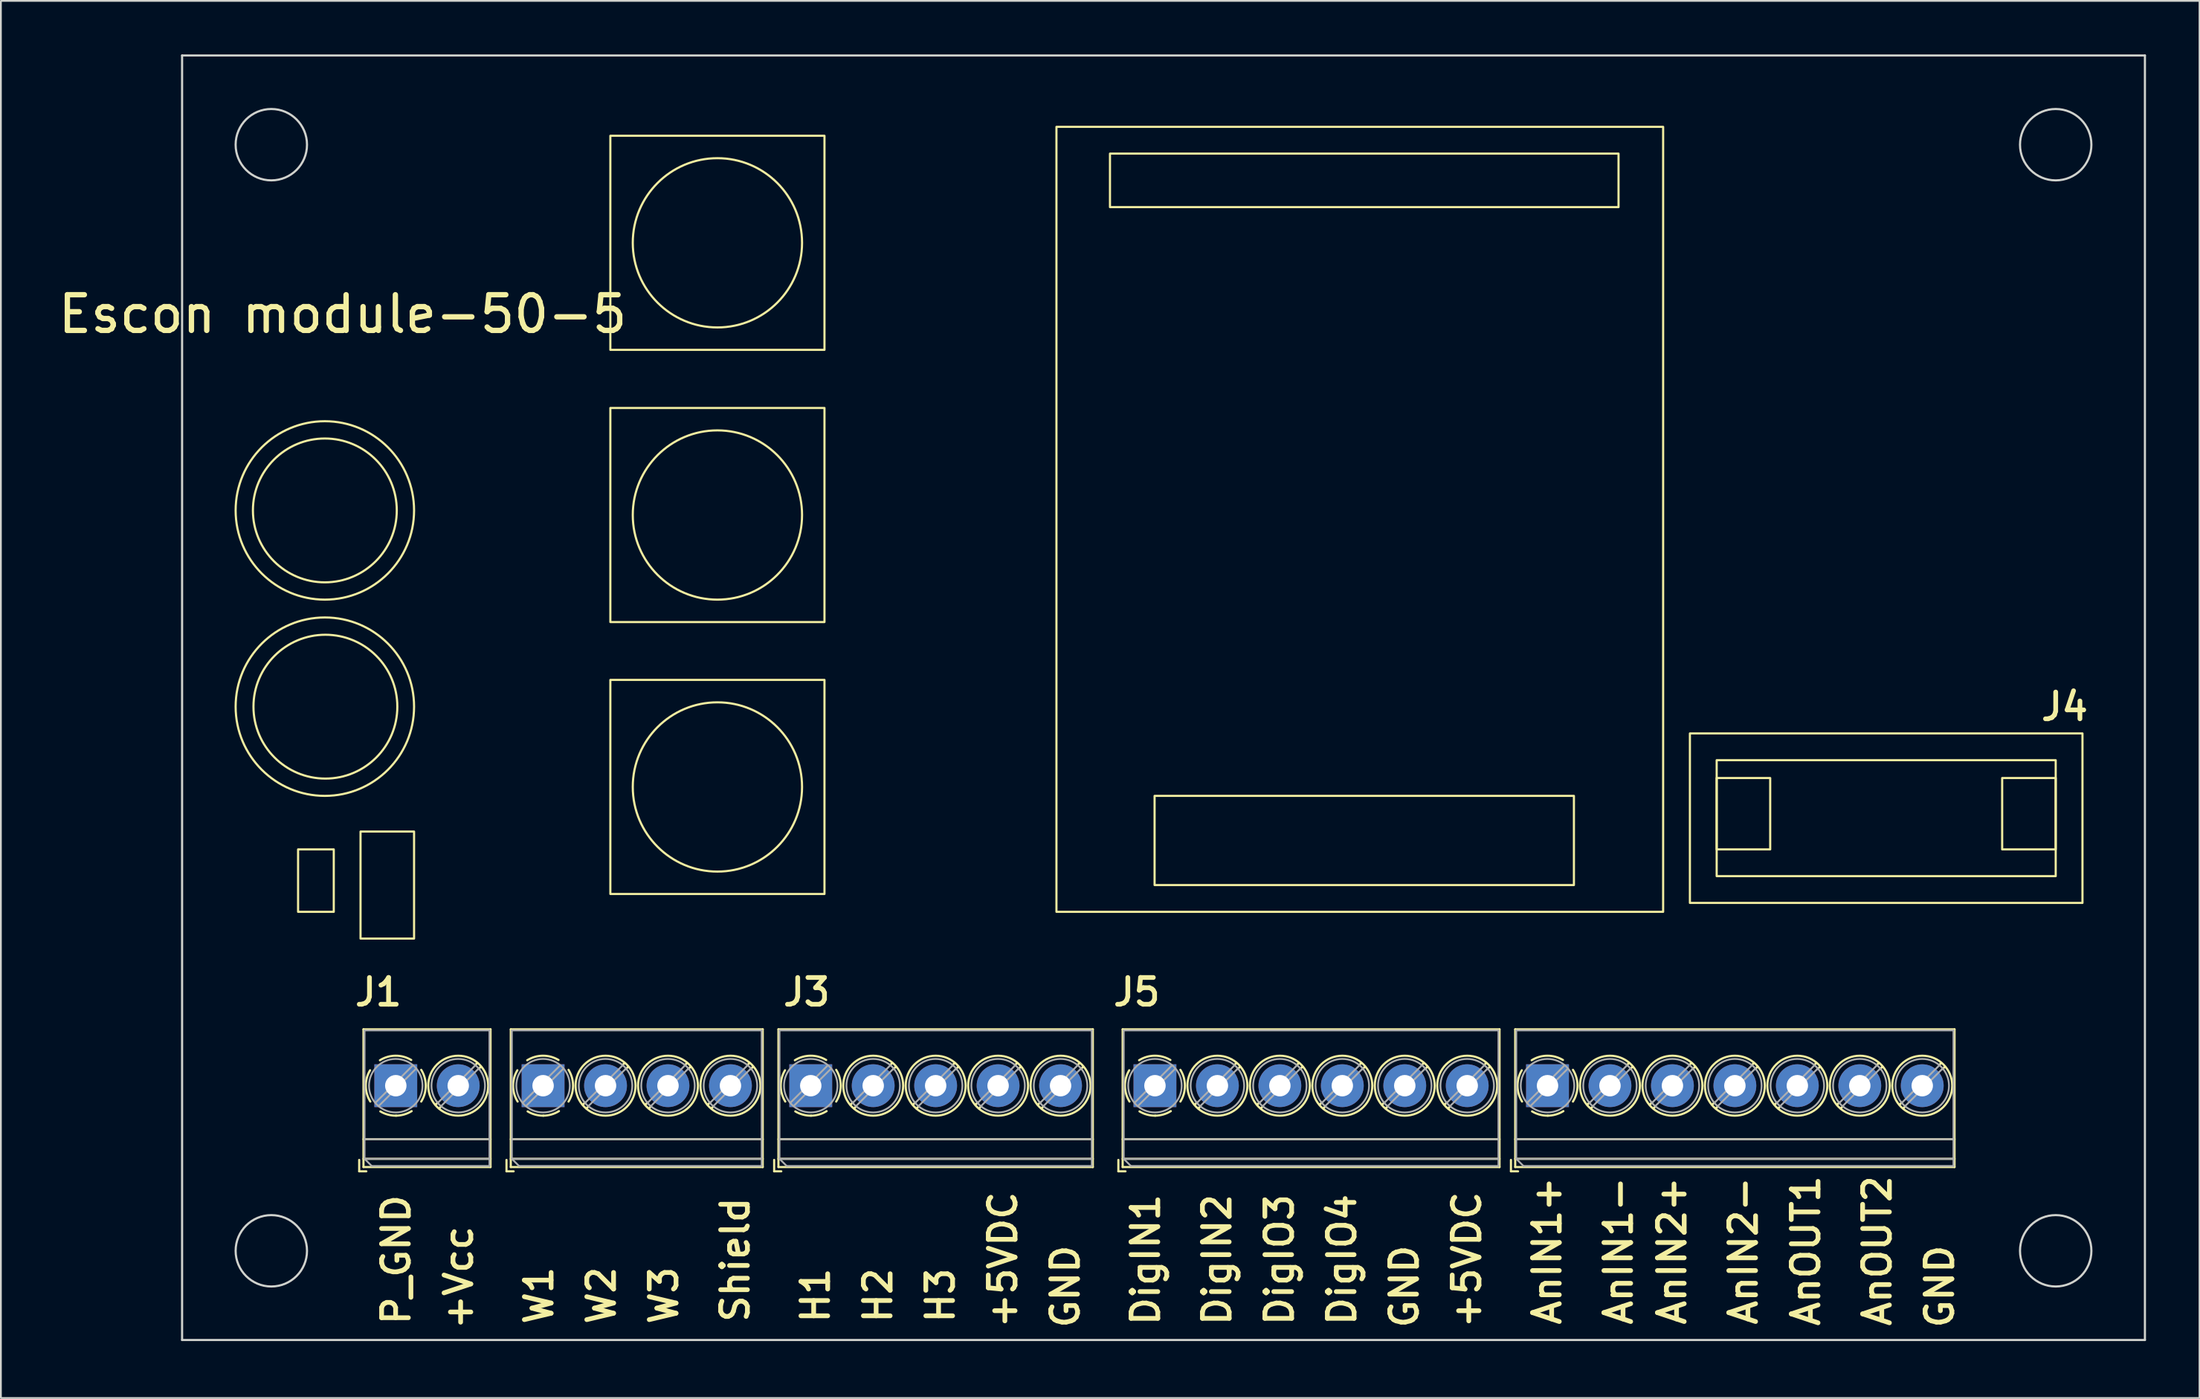
<source format=kicad_pcb>
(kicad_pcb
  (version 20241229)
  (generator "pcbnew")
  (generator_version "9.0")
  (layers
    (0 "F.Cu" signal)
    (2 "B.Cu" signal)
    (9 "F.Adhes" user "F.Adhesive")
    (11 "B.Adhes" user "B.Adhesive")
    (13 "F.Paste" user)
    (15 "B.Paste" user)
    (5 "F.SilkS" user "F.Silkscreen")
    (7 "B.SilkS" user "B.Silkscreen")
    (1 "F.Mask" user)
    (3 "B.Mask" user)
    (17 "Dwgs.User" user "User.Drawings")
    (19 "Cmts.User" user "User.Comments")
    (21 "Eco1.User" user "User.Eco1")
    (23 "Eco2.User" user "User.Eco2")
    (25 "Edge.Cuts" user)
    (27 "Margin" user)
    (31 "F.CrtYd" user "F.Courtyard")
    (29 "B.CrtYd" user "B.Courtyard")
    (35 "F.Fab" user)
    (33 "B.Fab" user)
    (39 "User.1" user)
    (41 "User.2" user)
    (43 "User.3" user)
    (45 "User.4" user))
  (footprint "Escon module-50-5"
    (layer "F.Cu")
    (at 7.155 72.06)
    (property "Reference" "Escon module-50-5" (at 9 -57.5 0) (unlocked yes) (layer "F.SilkS") (effects (font (size 2 2) (thickness 0.3))))
    (attr through_hole)
    (fp_line (start 9.925 -10.095) (end 9.925 -9.455) (stroke (width 0.12) (type solid)) (layer "F.SilkS"))
    (fp_line (start 9.925 -9.455) (end 10.325 -9.455) (stroke (width 0.12) (type solid)) (layer "F.SilkS"))
    (fp_line (start 10.165 -17.415) (end 10.165 -9.695) (stroke (width 0.12) (type solid)) (layer "F.SilkS"))
    (fp_line (start 10.165 -17.415) (end 17.285 -17.415) (stroke (width 0.12) (type solid)) (layer "F.SilkS"))
    (fp_line (start 10.165 -11.255) (end 17.285 -11.255) (stroke (width 0.12) (type solid)) (layer "F.SilkS"))
    (fp_line (start 10.165 -10.155) (end 17.285 -10.155) (stroke (width 0.12) (type solid)) (layer "F.SilkS"))
    (fp_line (start 10.165 -9.695) (end 17.285 -9.695) (stroke (width 0.12) (type solid)) (layer "F.SilkS"))
    (fp_line (start 14.33 -13.314) (end 14.201 -13.186) (stroke (width 0.12) (type solid)) (layer "F.SilkS"))
    (fp_line (start 14.5 -13.074) (end 14.406 -12.981) (stroke (width 0.12) (type solid)) (layer "F.SilkS"))
    (fp_line (start 16.545 -15.53) (end 16.451 -15.436) (stroke (width 0.12) (type solid)) (layer "F.SilkS"))
    (fp_line (start 16.75 -15.324) (end 16.621 -15.196) (stroke (width 0.12) (type solid)) (layer "F.SilkS"))
    (fp_line (start 17.285 -17.415) (end 17.285 -9.695) (stroke (width 0.12) (type solid)) (layer "F.SilkS"))
    (fp_line (start 18.18 -10.095) (end 18.18 -9.455) (stroke (width 0.12) (type solid)) (layer "F.SilkS"))
    (fp_line (start 18.18 -9.455) (end 18.58 -9.455) (stroke (width 0.12) (type solid)) (layer "F.SilkS"))
    (fp_line (start 18.42 -17.415) (end 18.42 -9.695) (stroke (width 0.12) (type solid)) (layer "F.SilkS"))
    (fp_line (start 18.42 -17.415) (end 32.54 -17.415) (stroke (width 0.12) (type solid)) (layer "F.SilkS"))
    (fp_line (start 18.42 -11.255) (end 32.54 -11.255) (stroke (width 0.12) (type solid)) (layer "F.SilkS"))
    (fp_line (start 18.42 -10.155) (end 32.54 -10.155) (stroke (width 0.12) (type solid)) (layer "F.SilkS"))
    (fp_line (start 18.42 -9.695) (end 32.54 -9.695) (stroke (width 0.12) (type solid)) (layer "F.SilkS"))
    (fp_line (start 22.585 -13.314) (end 22.456 -13.186) (stroke (width 0.12) (type solid)) (layer "F.SilkS"))
    (fp_line (start 22.755 -13.074) (end 22.661 -12.981) (stroke (width 0.12) (type solid)) (layer "F.SilkS"))
    (fp_line (start 24.8 -15.53) (end 24.706 -15.436) (stroke (width 0.12) (type solid)) (layer "F.SilkS"))
    (fp_line (start 25.005 -15.324) (end 24.876 -15.196) (stroke (width 0.12) (type solid)) (layer "F.SilkS"))
    (fp_line (start 26.085 -13.314) (end 25.956 -13.186) (stroke (width 0.12) (type solid)) (layer "F.SilkS"))
    (fp_line (start 26.255 -13.074) (end 26.161 -12.981) (stroke (width 0.12) (type solid)) (layer "F.SilkS"))
    (fp_line (start 28.3 -15.53) (end 28.206 -15.436) (stroke (width 0.12) (type solid)) (layer "F.SilkS"))
    (fp_line (start 28.505 -15.324) (end 28.376 -15.196) (stroke (width 0.12) (type solid)) (layer "F.SilkS"))
    (fp_line (start 29.585 -13.314) (end 29.456 -13.186) (stroke (width 0.12) (type solid)) (layer "F.SilkS"))
    (fp_line (start 29.755 -13.074) (end 29.661 -12.981) (stroke (width 0.12) (type solid)) (layer "F.SilkS"))
    (fp_line (start 31.8 -15.53) (end 31.706 -15.436) (stroke (width 0.12) (type solid)) (layer "F.SilkS"))
    (fp_line (start 32.005 -15.324) (end 31.876 -15.196) (stroke (width 0.12) (type solid)) (layer "F.SilkS"))
    (fp_line (start 32.54 -17.415) (end 32.54 -9.695) (stroke (width 0.12) (type solid)) (layer "F.SilkS"))
    (fp_line (start 33.18 -10.095) (end 33.18 -9.455) (stroke (width 0.12) (type solid)) (layer "F.SilkS"))
    (fp_line (start 33.18 -9.455) (end 33.58 -9.455) (stroke (width 0.12) (type solid)) (layer "F.SilkS"))
    (fp_line (start 33.42 -17.415) (end 33.42 -9.695) (stroke (width 0.12) (type solid)) (layer "F.SilkS"))
    (fp_line (start 33.42 -17.415) (end 51.04 -17.415) (stroke (width 0.12) (type solid)) (layer "F.SilkS"))
    (fp_line (start 33.42 -11.255) (end 51.04 -11.255) (stroke (width 0.12) (type solid)) (layer "F.SilkS"))
    (fp_line (start 33.42 -10.155) (end 51.04 -10.155) (stroke (width 0.12) (type solid)) (layer "F.SilkS"))
    (fp_line (start 33.42 -9.695) (end 51.04 -9.695) (stroke (width 0.12) (type solid)) (layer "F.SilkS"))
    (fp_line (start 37.585 -13.314) (end 37.456 -13.186) (stroke (width 0.12) (type solid)) (layer "F.SilkS"))
    (fp_line (start 37.755 -13.074) (end 37.661 -12.981) (stroke (width 0.12) (type solid)) (layer "F.SilkS"))
    (fp_line (start 39.8 -15.53) (end 39.706 -15.436) (stroke (width 0.12) (type solid)) (layer "F.SilkS"))
    (fp_line (start 40.005 -15.324) (end 39.876 -15.196) (stroke (width 0.12) (type solid)) (layer "F.SilkS"))
    (fp_line (start 41.085 -13.314) (end 40.956 -13.186) (stroke (width 0.12) (type solid)) (layer "F.SilkS"))
    (fp_line (start 41.255 -13.074) (end 41.161 -12.981) (stroke (width 0.12) (type solid)) (layer "F.SilkS"))
    (fp_line (start 43.3 -15.53) (end 43.206 -15.436) (stroke (width 0.12) (type solid)) (layer "F.SilkS"))
    (fp_line (start 43.505 -15.324) (end 43.376 -15.196) (stroke (width 0.12) (type solid)) (layer "F.SilkS"))
    (fp_line (start 44.585 -13.314) (end 44.456 -13.186) (stroke (width 0.12) (type solid)) (layer "F.SilkS"))
    (fp_line (start 44.755 -13.074) (end 44.661 -12.981) (stroke (width 0.12) (type solid)) (layer "F.SilkS"))
    (fp_line (start 46.8 -15.53) (end 46.706 -15.436) (stroke (width 0.12) (type solid)) (layer "F.SilkS"))
    (fp_line (start 47.005 -15.324) (end 46.876 -15.196) (stroke (width 0.12) (type solid)) (layer "F.SilkS"))
    (fp_line (start 48.085 -13.314) (end 47.956 -13.186) (stroke (width 0.12) (type solid)) (layer "F.SilkS"))
    (fp_line (start 48.255 -13.074) (end 48.161 -12.981) (stroke (width 0.12) (type solid)) (layer "F.SilkS"))
    (fp_line (start 50.3 -15.53) (end 50.206 -15.436) (stroke (width 0.12) (type solid)) (layer "F.SilkS"))
    (fp_line (start 50.505 -15.324) (end 50.376 -15.196) (stroke (width 0.12) (type solid)) (layer "F.SilkS"))
    (fp_line (start 51.04 -17.415) (end 51.04 -9.695) (stroke (width 0.12) (type solid)) (layer "F.SilkS"))
    (fp_line (start 52.47 -10.095) (end 52.47 -9.455) (stroke (width 0.12) (type solid)) (layer "F.SilkS"))
    (fp_line (start 52.47 -9.455) (end 52.87 -9.455) (stroke (width 0.12) (type solid)) (layer "F.SilkS"))
    (fp_line (start 52.71 -17.415) (end 52.71 -9.695) (stroke (width 0.12) (type solid)) (layer "F.SilkS"))
    (fp_line (start 52.71 -17.415) (end 73.831 -17.415) (stroke (width 0.12) (type solid)) (layer "F.SilkS"))
    (fp_line (start 52.71 -11.255) (end 73.831 -11.255) (stroke (width 0.12) (type solid)) (layer "F.SilkS"))
    (fp_line (start 52.71 -10.155) (end 73.831 -10.155) (stroke (width 0.12) (type solid)) (layer "F.SilkS"))
    (fp_line (start 52.71 -9.695) (end 73.831 -9.695) (stroke (width 0.12) (type solid)) (layer "F.SilkS"))
    (fp_line (start 56.875 -13.314) (end 56.746 -13.186) (stroke (width 0.12) (type solid)) (layer "F.SilkS"))
    (fp_line (start 57.045 -13.074) (end 56.951 -12.981) (stroke (width 0.12) (type solid)) (layer "F.SilkS"))
    (fp_line (start 59.09 -15.53) (end 58.996 -15.436) (stroke (width 0.12) (type solid)) (layer "F.SilkS"))
    (fp_line (start 59.295 -15.324) (end 59.166 -15.196) (stroke (width 0.12) (type solid)) (layer "F.SilkS"))
    (fp_line (start 60.375 -13.314) (end 60.246 -13.186) (stroke (width 0.12) (type solid)) (layer "F.SilkS"))
    (fp_line (start 60.545 -13.074) (end 60.451 -12.981) (stroke (width 0.12) (type solid)) (layer "F.SilkS"))
    (fp_line (start 62.59 -15.53) (end 62.496 -15.436) (stroke (width 0.12) (type solid)) (layer "F.SilkS"))
    (fp_line (start 62.795 -15.324) (end 62.666 -15.196) (stroke (width 0.12) (type solid)) (layer "F.SilkS"))
    (fp_line (start 63.875 -13.314) (end 63.746 -13.186) (stroke (width 0.12) (type solid)) (layer "F.SilkS"))
    (fp_line (start 64.045 -13.074) (end 63.951 -12.981) (stroke (width 0.12) (type solid)) (layer "F.SilkS"))
    (fp_line (start 66.09 -15.53) (end 65.996 -15.436) (stroke (width 0.12) (type solid)) (layer "F.SilkS"))
    (fp_line (start 66.295 -15.324) (end 66.166 -15.196) (stroke (width 0.12) (type solid)) (layer "F.SilkS"))
    (fp_line (start 67.375 -13.314) (end 67.246 -13.186) (stroke (width 0.12) (type solid)) (layer "F.SilkS"))
    (fp_line (start 67.545 -13.074) (end 67.451 -12.981) (stroke (width 0.12) (type solid)) (layer "F.SilkS"))
    (fp_line (start 69.59 -15.53) (end 69.496 -15.436) (stroke (width 0.12) (type solid)) (layer "F.SilkS"))
    (fp_line (start 69.795 -15.324) (end 69.666 -15.196) (stroke (width 0.12) (type solid)) (layer "F.SilkS"))
    (fp_line (start 70.875 -13.314) (end 70.746 -13.186) (stroke (width 0.12) (type solid)) (layer "F.SilkS"))
    (fp_line (start 71.045 -13.074) (end 70.951 -12.981) (stroke (width 0.12) (type solid)) (layer "F.SilkS"))
    (fp_line (start 73.09 -15.53) (end 72.996 -15.436) (stroke (width 0.12) (type solid)) (layer "F.SilkS"))
    (fp_line (start 73.295 -15.324) (end 73.166 -15.196) (stroke (width 0.12) (type solid)) (layer "F.SilkS"))
    (fp_line (start 73.831 -17.415) (end 73.831 -9.695) (stroke (width 0.12) (type solid)) (layer "F.SilkS"))
    (fp_line (start 74.47 -10.095) (end 74.47 -9.455) (stroke (width 0.12) (type solid)) (layer "F.SilkS"))
    (fp_line (start 74.47 -9.455) (end 74.87 -9.455) (stroke (width 0.12) (type solid)) (layer "F.SilkS"))
    (fp_line (start 74.71 -17.415) (end 74.71 -9.695) (stroke (width 0.12) (type solid)) (layer "F.SilkS"))
    (fp_line (start 74.71 -17.415) (end 99.33 -17.415) (stroke (width 0.12) (type solid)) (layer "F.SilkS"))
    (fp_line (start 74.71 -11.255) (end 99.33 -11.255) (stroke (width 0.12) (type solid)) (layer "F.SilkS"))
    (fp_line (start 74.71 -10.155) (end 99.33 -10.155) (stroke (width 0.12) (type solid)) (layer "F.SilkS"))
    (fp_line (start 74.71 -9.695) (end 99.33 -9.695) (stroke (width 0.12) (type solid)) (layer "F.SilkS"))
    (fp_line (start 78.875 -13.314) (end 78.746 -13.186) (stroke (width 0.12) (type solid)) (layer "F.SilkS"))
    (fp_line (start 79.045 -13.074) (end 78.951 -12.981) (stroke (width 0.12) (type solid)) (layer "F.SilkS"))
    (fp_line (start 81.09 -15.53) (end 80.996 -15.436) (stroke (width 0.12) (type solid)) (layer "F.SilkS"))
    (fp_line (start 81.295 -15.324) (end 81.166 -15.196) (stroke (width 0.12) (type solid)) (layer "F.SilkS"))
    (fp_line (start 82.375 -13.314) (end 82.246 -13.186) (stroke (width 0.12) (type solid)) (layer "F.SilkS"))
    (fp_line (start 82.545 -13.074) (end 82.451 -12.981) (stroke (width 0.12) (type solid)) (layer "F.SilkS"))
    (fp_line (start 84.59 -15.53) (end 84.496 -15.436) (stroke (width 0.12) (type solid)) (layer "F.SilkS"))
    (fp_line (start 84.795 -15.324) (end 84.666 -15.196) (stroke (width 0.12) (type solid)) (layer "F.SilkS"))
    (fp_line (start 85.875 -13.314) (end 85.746 -13.186) (stroke (width 0.12) (type solid)) (layer "F.SilkS"))
    (fp_line (start 86.045 -13.074) (end 85.951 -12.981) (stroke (width 0.12) (type solid)) (layer "F.SilkS"))
    (fp_line (start 88.09 -15.53) (end 87.996 -15.436) (stroke (width 0.12) (type solid)) (layer "F.SilkS"))
    (fp_line (start 88.295 -15.324) (end 88.166 -15.196) (stroke (width 0.12) (type solid)) (layer "F.SilkS"))
    (fp_line (start 89.375 -13.314) (end 89.246 -13.186) (stroke (width 0.12) (type solid)) (layer "F.SilkS"))
    (fp_line (start 89.545 -13.074) (end 89.451 -12.981) (stroke (width 0.12) (type solid)) (layer "F.SilkS"))
    (fp_line (start 91.59 -15.53) (end 91.496 -15.436) (stroke (width 0.12) (type solid)) (layer "F.SilkS"))
    (fp_line (start 91.795 -15.324) (end 91.666 -15.196) (stroke (width 0.12) (type solid)) (layer "F.SilkS"))
    (fp_line (start 92.875 -13.314) (end 92.746 -13.186) (stroke (width 0.12) (type solid)) (layer "F.SilkS"))
    (fp_line (start 93.045 -13.074) (end 92.951 -12.981) (stroke (width 0.12) (type solid)) (layer "F.SilkS"))
    (fp_line (start 95.09 -15.53) (end 94.996 -15.436) (stroke (width 0.12) (type solid)) (layer "F.SilkS"))
    (fp_line (start 95.295 -15.324) (end 95.166 -15.196) (stroke (width 0.12) (type solid)) (layer "F.SilkS"))
    (fp_line (start 96.375 -13.314) (end 96.246 -13.186) (stroke (width 0.12) (type solid)) (layer "F.SilkS"))
    (fp_line (start 96.545 -13.074) (end 96.451 -12.981) (stroke (width 0.12) (type solid)) (layer "F.SilkS"))
    (fp_line (start 98.59 -15.53) (end 98.496 -15.436) (stroke (width 0.12) (type solid)) (layer "F.SilkS"))
    (fp_line (start 98.795 -15.324) (end 98.666 -15.196) (stroke (width 0.12) (type solid)) (layer "F.SilkS"))
    (fp_line (start 99.33 -17.415) (end 99.33 -9.695) (stroke (width 0.12) (type solid)) (layer "F.SilkS"))
    (fp_rect (start 8.5 -24) (end 6.5 -27.5) (stroke (width 0.12) (type solid)) (fill no) (layer "F.SilkS"))
    (fp_rect (start 13 -22.5) (end 10 -28.5) (stroke (width 0.12) (type solid)) (fill no) (layer "F.SilkS"))
    (fp_rect (start 36 -55.5) (end 24 -67.5) (stroke (width 0.12) (type solid)) (fill no) (layer "F.SilkS"))
    (fp_rect (start 36 -40.243) (end 24 -52.243) (stroke (width 0.12) (type solid)) (fill no) (layer "F.SilkS"))
    (fp_rect (start 36 -25) (end 24 -37) (stroke (width 0.12) (type solid)) (fill no) (layer "F.SilkS"))
    (fp_rect (start 49 -68) (end 83 -24) (stroke (width 0.12) (type solid)) (fill no) (layer "F.SilkS"))
    (fp_rect (start 78 -25.5) (end 54.5 -30.5) (stroke (width 0.12) (type solid)) (fill no) (layer "F.SilkS"))
    (fp_rect (start 80.5 -63.5) (end 52 -66.5) (stroke (width 0.12) (type solid)) (fill no) (layer "F.SilkS"))
    (fp_rect (start 86 -27.5) (end 89 -31.5) (stroke (width 0.12) (type solid)) (fill no) (layer "F.SilkS"))
    (fp_rect (start 105 -27.5) (end 102 -31.5) (stroke (width 0.12) (type solid)) (fill no) (layer "F.SilkS"))
    (fp_rect (start 105 -26) (end 86 -32.5) (stroke (width 0.12) (type solid)) (fill no) (layer "F.SilkS"))
    (fp_rect (start 106.5 -24.5) (end 84.5 -34) (stroke (width 0.12) (type solid)) (fill no) (layer "F.SilkS"))
    (fp_arc (start 10.549642 -13.365106) (mid 10.294714 -14.240988) (end 10.535 -15.121) (stroke (width 0.12) (type solid)) (layer "F.SilkS"))
    (fp_arc (start 11.085106 -15.680358) (mid 11.960988 -15.935286) (end 12.841 -15.695) (stroke (width 0.12) (type solid)) (layer "F.SilkS"))
    (fp_arc (start 12.003674 -12.574901) (mid 11.539465 -12.632082) (end 11.109 -12.815) (stroke (width 0.12) (type solid)) (layer "F.SilkS"))
    (fp_arc (start 12.865264 -12.830279) (mid 12.438071 -12.64008) (end 11.975 -12.575) (stroke (width 0.12) (type solid)) (layer "F.SilkS"))
    (fp_arc (start 13.400504 -15.145193) (mid 13.655626 -14.254524) (end 13.4 -13.364) (stroke (width 0.12) (type solid)) (layer "F.SilkS"))
    (fp_arc (start 18.804642 -13.365106) (mid 18.549714 -14.240988) (end 18.79 -15.121) (stroke (width 0.12) (type solid)) (layer "F.SilkS"))
    (fp_arc (start 19.340106 -15.680358) (mid 20.215988 -15.935286) (end 21.096 -15.695) (stroke (width 0.12) (type solid)) (layer "F.SilkS"))
    (fp_arc (start 20.258674 -12.574901) (mid 19.794465 -12.632082) (end 19.364 -12.815) (stroke (width 0.12) (type solid)) (layer "F.SilkS"))
    (fp_arc (start 21.120264 -12.830279) (mid 20.693071 -12.64008) (end 20.23 -12.575) (stroke (width 0.12) (type solid)) (layer "F.SilkS"))
    (fp_arc (start 21.655504 -15.145193) (mid 21.910626 -14.254524) (end 21.655 -13.364) (stroke (width 0.12) (type solid)) (layer "F.SilkS"))
    (fp_arc (start 33.804642 -13.365106) (mid 33.549714 -14.240988) (end 33.79 -15.121) (stroke (width 0.12) (type solid)) (layer "F.SilkS"))
    (fp_arc (start 34.340106 -15.680358) (mid 35.215988 -15.935286) (end 36.096 -15.695) (stroke (width 0.12) (type solid)) (layer "F.SilkS"))
    (fp_arc (start 35.258674 -12.574901) (mid 34.794465 -12.632082) (end 34.364 -12.815) (stroke (width 0.12) (type solid)) (layer "F.SilkS"))
    (fp_arc (start 36.120264 -12.830279) (mid 35.693071 -12.64008) (end 35.23 -12.575) (stroke (width 0.12) (type solid)) (layer "F.SilkS"))
    (fp_arc (start 36.655504 -15.145193) (mid 36.910626 -14.254524) (end 36.655 -13.364) (stroke (width 0.12) (type solid)) (layer "F.SilkS"))
    (fp_arc (start 53.094642 -13.365106) (mid 52.839714 -14.240988) (end 53.08 -15.121) (stroke (width 0.12) (type solid)) (layer "F.SilkS"))
    (fp_arc (start 53.630106 -15.680358) (mid 54.505988 -15.935286) (end 55.386 -15.695) (stroke (width 0.12) (type solid)) (layer "F.SilkS"))
    (fp_arc (start 54.548674 -12.574901) (mid 54.084465 -12.632082) (end 53.654 -12.815) (stroke (width 0.12) (type solid)) (layer "F.SilkS"))
    (fp_arc (start 55.410264 -12.830279) (mid 54.983071 -12.64008) (end 54.52 -12.575) (stroke (width 0.12) (type solid)) (layer "F.SilkS"))
    (fp_arc (start 55.945504 -15.145193) (mid 56.200626 -14.254524) (end 55.945 -13.364) (stroke (width 0.12) (type solid)) (layer "F.SilkS"))
    (fp_arc (start 75.094642 -13.365106) (mid 74.839714 -14.240988) (end 75.08 -15.121) (stroke (width 0.12) (type solid)) (layer "F.SilkS"))
    (fp_arc (start 75.630106 -15.680358) (mid 76.505988 -15.935286) (end 77.386 -15.695) (stroke (width 0.12) (type solid)) (layer "F.SilkS"))
    (fp_arc (start 76.548674 -12.574901) (mid 76.084465 -12.632082) (end 75.654 -12.815) (stroke (width 0.12) (type solid)) (layer "F.SilkS"))
    (fp_arc (start 77.410264 -12.830279) (mid 76.983071 -12.64008) (end 76.52 -12.575) (stroke (width 0.12) (type solid)) (layer "F.SilkS"))
    (fp_arc (start 77.945504 -15.145193) (mid 78.200626 -14.254524) (end 77.945 -13.364) (stroke (width 0.12) (type solid)) (layer "F.SilkS"))
    (fp_circle (center 8 -46.5) (end 8 -51.5) (stroke (width 0.12) (type solid)) (fill no) (layer "F.SilkS"))
    (fp_circle (center 8 -46.5) (end 8.5 -50.5) (stroke (width 0.12) (type solid)) (fill no) (layer "F.SilkS"))
    (fp_circle (center 8 -35.5) (end 8 -40.5) (stroke (width 0.12) (type solid)) (fill no) (layer "F.SilkS"))
    (fp_circle (center 8.031 -35.5) (end 8.531 -39.5) (stroke (width 0.12) (type solid)) (fill no) (layer "F.SilkS"))
    (fp_circle (center 15.475 -14.255) (end 17.155 -14.255) (stroke (width 0.12) (type solid)) (fill no) (layer "F.SilkS"))
    (fp_circle (center 23.73 -14.255) (end 25.41 -14.255) (stroke (width 0.12) (type solid)) (fill no) (layer "F.SilkS"))
    (fp_circle (center 27.23 -14.255) (end 28.91 -14.255) (stroke (width 0.12) (type solid)) (fill no) (layer "F.SilkS"))
    (fp_circle (center 30 -61.5) (end 31.5 -66) (stroke (width 0.12) (type solid)) (fill no) (layer "F.SilkS"))
    (fp_circle (center 30 -46.243) (end 31.5 -50.743) (stroke (width 0.12) (type solid)) (fill no) (layer "F.SilkS"))
    (fp_circle (center 30 -31) (end 31.5 -35.5) (stroke (width 0.12) (type solid)) (fill no) (layer "F.SilkS"))
    (fp_circle (center 30.73 -14.255) (end 32.41 -14.255) (stroke (width 0.12) (type solid)) (fill no) (layer "F.SilkS"))
    (fp_circle (center 38.73 -14.255) (end 40.41 -14.255) (stroke (width 0.12) (type solid)) (fill no) (layer "F.SilkS"))
    (fp_circle (center 42.23 -14.255) (end 43.91 -14.255) (stroke (width 0.12) (type solid)) (fill no) (layer "F.SilkS"))
    (fp_circle (center 45.73 -14.255) (end 47.41 -14.255) (stroke (width 0.12) (type solid)) (fill no) (layer "F.SilkS"))
    (fp_circle (center 49.23 -14.255) (end 50.91 -14.255) (stroke (width 0.12) (type solid)) (fill no) (layer "F.SilkS"))
    (fp_circle (center 58.02 -14.255) (end 59.7 -14.255) (stroke (width 0.12) (type solid)) (fill no) (layer "F.SilkS"))
    (fp_circle (center 61.52 -14.255) (end 63.2 -14.255) (stroke (width 0.12) (type solid)) (fill no) (layer "F.SilkS"))
    (fp_circle (center 65.02 -14.255) (end 66.7 -14.255) (stroke (width 0.12) (type solid)) (fill no) (layer "F.SilkS"))
    (fp_circle (center 68.52 -14.255) (end 70.2 -14.255) (stroke (width 0.12) (type solid)) (fill no) (layer "F.SilkS"))
    (fp_circle (center 72.02 -14.255) (end 73.7 -14.255) (stroke (width 0.12) (type solid)) (fill no) (layer "F.SilkS"))
    (fp_circle (center 80.02 -14.255) (end 81.7 -14.255) (stroke (width 0.12) (type solid)) (fill no) (layer "F.SilkS"))
    (fp_circle (center 83.52 -14.255) (end 85.2 -14.255) (stroke (width 0.12) (type solid)) (fill no) (layer "F.SilkS"))
    (fp_circle (center 87.02 -14.255) (end 88.7 -14.255) (stroke (width 0.12) (type solid)) (fill no) (layer "F.SilkS"))
    (fp_circle (center 90.52 -14.255) (end 92.2 -14.255) (stroke (width 0.12) (type solid)) (fill no) (layer "F.SilkS"))
    (fp_circle (center 94.02 -14.255) (end 95.7 -14.255) (stroke (width 0.12) (type solid)) (fill no) (layer "F.SilkS"))
    (fp_circle (center 97.52 -14.255) (end 99.2 -14.255) (stroke (width 0.12) (type solid)) (fill no) (layer "F.SilkS"))
    (fp_line (start 0 -72) (end 0 0) (stroke (width 0.12) (type solid)) (layer "Edge.Cuts"))
    (fp_line (start 0 0) (end 110 0) (stroke (width 0.12) (type solid)) (layer "Edge.Cuts"))
    (fp_line (start 110 -72) (end 0 -72) (stroke (width 0.12) (type solid)) (layer "Edge.Cuts"))
    (fp_line (start 110 0) (end 110 -72) (stroke (width 0.12) (type solid)) (layer "Edge.Cuts"))
    (fp_circle (center 5 -67) (end 7 -67) (stroke (width 0.12) (type solid)) (fill no) (layer "Edge.Cuts"))
    (fp_circle (center 5 -5) (end 7 -5) (stroke (width 0.12) (type solid)) (fill no) (layer "Edge.Cuts"))
    (fp_circle (center 105 -67) (end 107 -67) (stroke (width 0.12) (type solid)) (fill no) (layer "Edge.Cuts"))
    (fp_circle (center 105 -5) (end 107 -5) (stroke (width 0.12) (type solid)) (fill no) (layer "Edge.Cuts"))
    (fp_line (start 10.225 -17.355) (end 17.225 -17.355) (stroke (width 0.1) (type solid)) (layer "F.Fab"))
    (fp_line (start 10.225 -11.255) (end 17.225 -11.255) (stroke (width 0.1) (type solid)) (layer "F.Fab"))
    (fp_line (start 10.225 -10.155) (end 10.225 -17.355) (stroke (width 0.1) (type solid)) (layer "F.Fab"))
    (fp_line (start 10.225 -10.155) (end 17.225 -10.155) (stroke (width 0.1) (type solid)) (layer "F.Fab"))
    (fp_line (start 10.625 -9.755) (end 10.225 -10.155) (stroke (width 0.1) (type solid)) (layer "F.Fab"))
    (fp_line (start 12.93 -15.393) (end 10.837 -13.3) (stroke (width 0.1) (type solid)) (layer "F.Fab"))
    (fp_line (start 13.113 -15.21) (end 11.02 -13.117) (stroke (width 0.1) (type solid)) (layer "F.Fab"))
    (fp_line (start 16.43 -15.393) (end 14.338 -13.3) (stroke (width 0.1) (type solid)) (layer "F.Fab"))
    (fp_line (start 16.613 -15.21) (end 14.521 -13.117) (stroke (width 0.1) (type solid)) (layer "F.Fab"))
    (fp_line (start 17.225 -17.355) (end 17.225 -9.755) (stroke (width 0.1) (type solid)) (layer "F.Fab"))
    (fp_line (start 17.225 -9.755) (end 10.625 -9.755) (stroke (width 0.1) (type solid)) (layer "F.Fab"))
    (fp_line (start 18.48 -17.355) (end 32.48 -17.355) (stroke (width 0.1) (type solid)) (layer "F.Fab"))
    (fp_line (start 18.48 -11.255) (end 32.48 -11.255) (stroke (width 0.1) (type solid)) (layer "F.Fab"))
    (fp_line (start 18.48 -10.155) (end 18.48 -17.355) (stroke (width 0.1) (type solid)) (layer "F.Fab"))
    (fp_line (start 18.48 -10.155) (end 32.48 -10.155) (stroke (width 0.1) (type solid)) (layer "F.Fab"))
    (fp_line (start 18.88 -9.755) (end 18.48 -10.155) (stroke (width 0.1) (type solid)) (layer "F.Fab"))
    (fp_line (start 21.185 -15.393) (end 19.092 -13.3) (stroke (width 0.1) (type solid)) (layer "F.Fab"))
    (fp_line (start 21.368 -15.21) (end 19.275 -13.117) (stroke (width 0.1) (type solid)) (layer "F.Fab"))
    (fp_line (start 24.685 -15.393) (end 22.593 -13.3) (stroke (width 0.1) (type solid)) (layer "F.Fab"))
    (fp_line (start 24.868 -15.21) (end 22.776 -13.117) (stroke (width 0.1) (type solid)) (layer "F.Fab"))
    (fp_line (start 28.185 -15.393) (end 26.093 -13.3) (stroke (width 0.1) (type solid)) (layer "F.Fab"))
    (fp_line (start 28.368 -15.21) (end 26.276 -13.117) (stroke (width 0.1) (type solid)) (layer "F.Fab"))
    (fp_line (start 31.685 -15.393) (end 29.593 -13.3) (stroke (width 0.1) (type solid)) (layer "F.Fab"))
    (fp_line (start 31.868 -15.21) (end 29.776 -13.117) (stroke (width 0.1) (type solid)) (layer "F.Fab"))
    (fp_line (start 32.48 -17.355) (end 32.48 -9.755) (stroke (width 0.1) (type solid)) (layer "F.Fab"))
    (fp_line (start 32.48 -9.755) (end 18.88 -9.755) (stroke (width 0.1) (type solid)) (layer "F.Fab"))
    (fp_line (start 33.48 -17.355) (end 50.98 -17.355) (stroke (width 0.1) (type solid)) (layer "F.Fab"))
    (fp_line (start 33.48 -11.255) (end 50.98 -11.255) (stroke (width 0.1) (type solid)) (layer "F.Fab"))
    (fp_line (start 33.48 -10.155) (end 33.48 -17.355) (stroke (width 0.1) (type solid)) (layer "F.Fab"))
    (fp_line (start 33.48 -10.155) (end 50.98 -10.155) (stroke (width 0.1) (type solid)) (layer "F.Fab"))
    (fp_line (start 33.88 -9.755) (end 33.48 -10.155) (stroke (width 0.1) (type solid)) (layer "F.Fab"))
    (fp_line (start 36.185 -15.393) (end 34.092 -13.3) (stroke (width 0.1) (type solid)) (layer "F.Fab"))
    (fp_line (start 36.368 -15.21) (end 34.275 -13.117) (stroke (width 0.1) (type solid)) (layer "F.Fab"))
    (fp_line (start 39.685 -15.393) (end 37.593 -13.3) (stroke (width 0.1) (type solid)) (layer "F.Fab"))
    (fp_line (start 39.868 -15.21) (end 37.776 -13.117) (stroke (width 0.1) (type solid)) (layer "F.Fab"))
    (fp_line (start 43.185 -15.393) (end 41.093 -13.3) (stroke (width 0.1) (type solid)) (layer "F.Fab"))
    (fp_line (start 43.368 -15.21) (end 41.276 -13.117) (stroke (width 0.1) (type solid)) (layer "F.Fab"))
    (fp_line (start 46.685 -15.393) (end 44.593 -13.3) (stroke (width 0.1) (type solid)) (layer "F.Fab"))
    (fp_line (start 46.868 -15.21) (end 44.776 -13.117) (stroke (width 0.1) (type solid)) (layer "F.Fab"))
    (fp_line (start 50.185 -15.393) (end 48.093 -13.3) (stroke (width 0.1) (type solid)) (layer "F.Fab"))
    (fp_line (start 50.368 -15.21) (end 48.276 -13.117) (stroke (width 0.1) (type solid)) (layer "F.Fab"))
    (fp_line (start 50.98 -17.355) (end 50.98 -9.755) (stroke (width 0.1) (type solid)) (layer "F.Fab"))
    (fp_line (start 50.98 -9.755) (end 33.88 -9.755) (stroke (width 0.1) (type solid)) (layer "F.Fab"))
    (fp_line (start 52.77 -17.355) (end 73.77 -17.355) (stroke (width 0.1) (type solid)) (layer "F.Fab"))
    (fp_line (start 52.77 -11.255) (end 73.77 -11.255) (stroke (width 0.1) (type solid)) (layer "F.Fab"))
    (fp_line (start 52.77 -10.155) (end 52.77 -17.355) (stroke (width 0.1) (type solid)) (layer "F.Fab"))
    (fp_line (start 52.77 -10.155) (end 73.77 -10.155) (stroke (width 0.1) (type solid)) (layer "F.Fab"))
    (fp_line (start 53.17 -9.755) (end 52.77 -10.155) (stroke (width 0.1) (type solid)) (layer "F.Fab"))
    (fp_line (start 55.475 -15.393) (end 53.382 -13.3) (stroke (width 0.1) (type solid)) (layer "F.Fab"))
    (fp_line (start 55.658 -15.21) (end 53.565 -13.117) (stroke (width 0.1) (type solid)) (layer "F.Fab"))
    (fp_line (start 58.975 -15.393) (end 56.883 -13.3) (stroke (width 0.1) (type solid)) (layer "F.Fab"))
    (fp_line (start 59.158 -15.21) (end 57.066 -13.117) (stroke (width 0.1) (type solid)) (layer "F.Fab"))
    (fp_line (start 62.475 -15.393) (end 60.383 -13.3) (stroke (width 0.1) (type solid)) (layer "F.Fab"))
    (fp_line (start 62.658 -15.21) (end 60.566 -13.117) (stroke (width 0.1) (type solid)) (layer "F.Fab"))
    (fp_line (start 65.975 -15.393) (end 63.883 -13.3) (stroke (width 0.1) (type solid)) (layer "F.Fab"))
    (fp_line (start 66.158 -15.21) (end 64.066 -13.117) (stroke (width 0.1) (type solid)) (layer "F.Fab"))
    (fp_line (start 69.475 -15.393) (end 67.383 -13.3) (stroke (width 0.1) (type solid)) (layer "F.Fab"))
    (fp_line (start 69.658 -15.21) (end 67.566 -13.117) (stroke (width 0.1) (type solid)) (layer "F.Fab"))
    (fp_line (start 72.975 -15.393) (end 70.883 -13.3) (stroke (width 0.1) (type solid)) (layer "F.Fab"))
    (fp_line (start 73.158 -15.21) (end 71.066 -13.117) (stroke (width 0.1) (type solid)) (layer "F.Fab"))
    (fp_line (start 73.77 -17.355) (end 73.77 -9.755) (stroke (width 0.1) (type solid)) (layer "F.Fab"))
    (fp_line (start 73.77 -9.755) (end 53.17 -9.755) (stroke (width 0.1) (type solid)) (layer "F.Fab"))
    (fp_line (start 74.77 -17.355) (end 99.27 -17.355) (stroke (width 0.1) (type solid)) (layer "F.Fab"))
    (fp_line (start 74.77 -11.255) (end 99.27 -11.255) (stroke (width 0.1) (type solid)) (layer "F.Fab"))
    (fp_line (start 74.77 -10.155) (end 74.77 -17.355) (stroke (width 0.1) (type solid)) (layer "F.Fab"))
    (fp_line (start 74.77 -10.155) (end 99.27 -10.155) (stroke (width 0.1) (type solid)) (layer "F.Fab"))
    (fp_line (start 75.17 -9.755) (end 74.77 -10.155) (stroke (width 0.1) (type solid)) (layer "F.Fab"))
    (fp_line (start 77.475 -15.393) (end 75.382 -13.3) (stroke (width 0.1) (type solid)) (layer "F.Fab"))
    (fp_line (start 77.658 -15.21) (end 75.565 -13.117) (stroke (width 0.1) (type solid)) (layer "F.Fab"))
    (fp_line (start 80.975 -15.393) (end 78.883 -13.3) (stroke (width 0.1) (type solid)) (layer "F.Fab"))
    (fp_line (start 81.158 -15.21) (end 79.066 -13.117) (stroke (width 0.1) (type solid)) (layer "F.Fab"))
    (fp_line (start 84.475 -15.393) (end 82.383 -13.3) (stroke (width 0.1) (type solid)) (layer "F.Fab"))
    (fp_line (start 84.658 -15.21) (end 82.566 -13.117) (stroke (width 0.1) (type solid)) (layer "F.Fab"))
    (fp_line (start 87.975 -15.393) (end 85.883 -13.3) (stroke (width 0.1) (type solid)) (layer "F.Fab"))
    (fp_line (start 88.158 -15.21) (end 86.066 -13.117) (stroke (width 0.1) (type solid)) (layer "F.Fab"))
    (fp_line (start 91.475 -15.393) (end 89.383 -13.3) (stroke (width 0.1) (type solid)) (layer "F.Fab"))
    (fp_line (start 91.658 -15.21) (end 89.566 -13.117) (stroke (width 0.1) (type solid)) (layer "F.Fab"))
    (fp_line (start 94.975 -15.393) (end 92.883 -13.3) (stroke (width 0.1) (type solid)) (layer "F.Fab"))
    (fp_line (start 95.158 -15.21) (end 93.066 -13.117) (stroke (width 0.1) (type solid)) (layer "F.Fab"))
    (fp_line (start 98.475 -15.393) (end 96.383 -13.3) (stroke (width 0.1) (type solid)) (layer "F.Fab"))
    (fp_line (start 98.658 -15.21) (end 96.566 -13.117) (stroke (width 0.1) (type solid)) (layer "F.Fab"))
    (fp_line (start 99.27 -17.355) (end 99.27 -9.755) (stroke (width 0.1) (type solid)) (layer "F.Fab"))
    (fp_line (start 99.27 -9.755) (end 75.17 -9.755) (stroke (width 0.1) (type solid)) (layer "F.Fab"))
    (fp_circle (center 11.975 -14.255) (end 13.475 -14.255) (stroke (width 0.1) (type solid)) (fill no) (layer "F.Fab"))
    (fp_circle (center 15.475 -14.255) (end 16.975 -14.255) (stroke (width 0.1) (type solid)) (fill no) (layer "F.Fab"))
    (fp_circle (center 20.23 -14.255) (end 21.73 -14.255) (stroke (width 0.1) (type solid)) (fill no) (layer "F.Fab"))
    (fp_circle (center 23.73 -14.255) (end 25.23 -14.255) (stroke (width 0.1) (type solid)) (fill no) (layer "F.Fab"))
    (fp_circle (center 27.23 -14.255) (end 28.73 -14.255) (stroke (width 0.1) (type solid)) (fill no) (layer "F.Fab"))
    (fp_circle (center 30.73 -14.255) (end 32.23 -14.255) (stroke (width 0.1) (type solid)) (fill no) (layer "F.Fab"))
    (fp_circle (center 35.23 -14.255) (end 36.73 -14.255) (stroke (width 0.1) (type solid)) (fill no) (layer "F.Fab"))
    (fp_circle (center 38.73 -14.255) (end 40.23 -14.255) (stroke (width 0.1) (type solid)) (fill no) (layer "F.Fab"))
    (fp_circle (center 42.23 -14.255) (end 43.73 -14.255) (stroke (width 0.1) (type solid)) (fill no) (layer "F.Fab"))
    (fp_circle (center 45.73 -14.255) (end 47.23 -14.255) (stroke (width 0.1) (type solid)) (fill no) (layer "F.Fab"))
    (fp_circle (center 49.23 -14.255) (end 50.73 -14.255) (stroke (width 0.1) (type solid)) (fill no) (layer "F.Fab"))
    (fp_circle (center 54.52 -14.255) (end 56.02 -14.255) (stroke (width 0.1) (type solid)) (fill no) (layer "F.Fab"))
    (fp_circle (center 58.02 -14.255) (end 59.52 -14.255) (stroke (width 0.1) (type solid)) (fill no) (layer "F.Fab"))
    (fp_circle (center 61.52 -14.255) (end 63.02 -14.255) (stroke (width 0.1) (type solid)) (fill no) (layer "F.Fab"))
    (fp_circle (center 65.02 -14.255) (end 66.52 -14.255) (stroke (width 0.1) (type solid)) (fill no) (layer "F.Fab"))
    (fp_circle (center 68.52 -14.255) (end 70.02 -14.255) (stroke (width 0.1) (type solid)) (fill no) (layer "F.Fab"))
    (fp_circle (center 72.02 -14.255) (end 73.52 -14.255) (stroke (width 0.1) (type solid)) (fill no) (layer "F.Fab"))
    (fp_circle (center 76.52 -14.255) (end 78.02 -14.255) (stroke (width 0.1) (type solid)) (fill no) (layer "F.Fab"))
    (fp_circle (center 80.02 -14.255) (end 81.52 -14.255) (stroke (width 0.1) (type solid)) (fill no) (layer "F.Fab"))
    (fp_circle (center 83.52 -14.255) (end 85.02 -14.255) (stroke (width 0.1) (type solid)) (fill no) (layer "F.Fab"))
    (fp_circle (center 87.02 -14.255) (end 88.52 -14.255) (stroke (width 0.1) (type solid)) (fill no) (layer "F.Fab"))
    (fp_circle (center 90.52 -14.255) (end 92.02 -14.255) (stroke (width 0.1) (type solid)) (fill no) (layer "F.Fab"))
    (fp_circle (center 94.02 -14.255) (end 95.52 -14.255) (stroke (width 0.1) (type solid)) (fill no) (layer "F.Fab"))
    (fp_circle (center 97.52 -14.255) (end 99.02 -14.255) (stroke (width 0.1) (type solid)) (fill no) (layer "F.Fab"))
    (fp_text user "W2" (at 23.5 -2.5 90) (unlocked yes) (layer "F.SilkS") (effects (font (size 1.5 1.5) (thickness 0.266))))
    (fp_text user "+5VDC" (at 46 -4.5 90) (unlocked yes) (layer "F.SilkS") (effects (font (size 1.5 1.5) (thickness 0.266))))
    (fp_text user "J5" (at 53.5 -19.5 0) (unlocked yes) (layer "F.SilkS") (effects (font (size 1.5 1.5) (thickness 0.266))))
    (fp_text user "DigIO4" (at 65 -4.5 90) (unlocked yes) (layer "F.SilkS") (effects (font (size 1.5 1.5) (thickness 0.266))))
    (fp_text user "H2" (at 39 -2.5 90) (unlocked yes) (layer "F.SilkS") (effects (font (size 1.5 1.5) (thickness 0.266))))
    (fp_text user "W3" (at 27 -2.5 90) (unlocked yes) (layer "F.SilkS") (effects (font (size 1.5 1.5) (thickness 0.266))))
    (fp_text user "H3" (at 42.5 -2.5 90) (unlocked yes) (layer "F.SilkS") (effects (font (size 1.5 1.5) (thickness 0.266))))
    (fp_text user "GND" (at 98.5 -3 90) (unlocked yes) (layer "F.SilkS") (effects (font (size 1.5 1.5) (thickness 0.266))))
    (fp_text user "P_GND" (at 12 -4.5 90) (unlocked yes) (layer "F.SilkS") (effects (font (size 1.5 1.5) (thickness 0.266))))
    (fp_text user "J3" (at 35 -19.5 0) (unlocked yes) (layer "F.SilkS") (effects (font (size 1.5 1.5) (thickness 0.266))))
    (fp_text user "J1" (at 11 -19.5 0) (unlocked yes) (layer "F.SilkS") (effects (font (size 1.5 1.5) (thickness 0.266))))
    (fp_text user "+5VDC" (at 72 -4.5 90) (unlocked yes) (layer "F.SilkS") (effects (font (size 1.5 1.5) (thickness 0.266))))
    (fp_text user "J4" (at 105.5 -35.5 0) (unlocked yes) (layer "F.SilkS") (effects (font (size 1.5 1.5) (thickness 0.266))))
    (fp_text user "AnOUT1" (at 91 -5 90) (unlocked yes) (layer "F.SilkS") (effects (font (size 1.5 1.5) (thickness 0.266))))
    (fp_text user "AnOUT2" (at 95 -5 90) (unlocked yes) (layer "F.SilkS") (effects (font (size 1.5 1.5) (thickness 0.266))))
    (fp_text user "H1" (at 35.5 -2.5 90) (unlocked yes) (layer "F.SilkS") (effects (font (size 1.5 1.5) (thickness 0.266))))
    (fp_text user "DigIN2" (at 58 -4.5 90) (unlocked yes) (layer "F.SilkS") (effects (font (size 1.5 1.5) (thickness 0.266))))
    (fp_text user "W1" (at 20 -2.5 90) (unlocked yes) (layer "F.SilkS") (effects (font (size 1.5 1.5) (thickness 0.266))))
    (fp_text user "AnIN2+" (at 83.5 -5 90) (unlocked yes) (layer "F.SilkS") (effects (font (size 1.5 1.5) (thickness 0.266))))
    (fp_text user "AnIN1+" (at 76.5 -5 90) (unlocked yes) (layer "F.SilkS") (effects (font (size 1.5 1.5) (thickness 0.266))))
    (fp_text user "GND" (at 68.5 -3 90) (unlocked yes) (layer "F.SilkS") (effects (font (size 1.5 1.5) (thickness 0.266))))
    (fp_text user "+Vcc" (at 15.5 -3.5 90) (unlocked yes) (layer "F.SilkS") (effects (font (size 1.5 1.5) (thickness 0.266))))
    (fp_text user "DigIO3" (at 61.5 -4.5 90) (unlocked yes) (layer "F.SilkS") (effects (font (size 1.5 1.5) (thickness 0.266))))
    (fp_text user "DigIN1" (at 54 -4.5 90) (unlocked yes) (layer "F.SilkS") (effects (font (size 1.5 1.5) (thickness 0.266))))
    (fp_text user "AnIN2-" (at 87.5 -5 90) (unlocked yes) (layer "F.SilkS") (effects (font (size 1.5 1.5) (thickness 0.266))))
    (fp_text user "GND" (at 49.5 -3 90) (unlocked yes) (layer "F.SilkS") (effects (font (size 1.5 1.5) (thickness 0.266))))
    (fp_text user "AnIN1-" (at 80.5 -5 90) (unlocked yes) (layer "F.SilkS") (effects (font (size 1.5 1.5) (thickness 0.266))))
    (fp_text user "Shield" (at 31 -4.5 90) (unlocked yes) (layer "F.SilkS") (effects (font (size 1.5 1.5) (thickness 0.266))))
    (pad "1" thru_hole rect (at 11.975 -14.255) (size 2.4 2.4) (drill 1.2) (layers "*.Cu" "*.Mask"))
    (pad "1" thru_hole circle (at 30.73 -14.255) (size 2.4 2.4) (drill 1.2) (layers "*.Cu" "*.Mask"))
    (pad "1" thru_hole circle (at 49.23 -14.255) (size 2.4 2.4) (drill 1.2) (layers "*.Cu" "*.Mask"))
    (pad "1" thru_hole circle (at 68.52 -14.255) (size 2.4 2.4) (drill 1.2) (layers "*.Cu" "*.Mask"))
    (pad "1" thru_hole circle (at 97.52 -14.255) (size 2.4 2.4) (drill 1.2) (layers "*.Cu" "*.Mask"))
    (pad "2" thru_hole circle (at 15.475 -14.255) (size 2.4 2.4) (drill 1.2) (layers "*.Cu" "*.Mask"))
    (pad "3" thru_hole rect (at 20.23 -14.255) (size 2.4 2.4) (drill 1.2) (layers "*.Cu" "*.Mask"))
    (pad "4" thru_hole circle (at 23.73 -14.255) (size 2.4 2.4) (drill 1.2) (layers "*.Cu" "*.Mask"))
    (pad "5" thru_hole circle (at 27.23 -14.255) (size 2.4 2.4) (drill 1.2) (layers "*.Cu" "*.Mask"))
    (pad "6" thru_hole rect (at 35.23 -14.255) (size 2.4 2.4) (drill 1.2) (layers "*.Cu" "*.Mask"))
    (pad "7" thru_hole circle (at 38.73 -14.255) (size 2.4 2.4) (drill 1.2) (layers "*.Cu" "*.Mask"))
    (pad "8" thru_hole circle (at 42.23 -14.255) (size 2.4 2.4) (drill 1.2) (layers "*.Cu" "*.Mask"))
    (pad "9" thru_hole circle (at 45.73 -14.255) (size 2.4 2.4) (drill 1.2) (layers "*.Cu" "*.Mask"))
    (pad "10" thru_hole rect (at 54.52 -14.255) (size 2.4 2.4) (drill 1.2) (layers "*.Cu" "*.Mask"))
    (pad "11" thru_hole circle (at 58.02 -14.255) (size 2.4 2.4) (drill 1.2) (layers "*.Cu" "*.Mask"))
    (pad "12" thru_hole circle (at 61.52 -14.255) (size 2.4 2.4) (drill 1.2) (layers "*.Cu" "*.Mask"))
    (pad "13" thru_hole circle (at 65.02 -14.255) (size 2.4 2.4) (drill 1.2) (layers "*.Cu" "*.Mask"))
    (pad "14" thru_hole circle (at 72.02 -14.255) (size 2.4 2.4) (drill 1.2) (layers "*.Cu" "*.Mask"))
    (pad "15" thru_hole rect (at 76.52 -14.255) (size 2.4 2.4) (drill 1.2) (layers "*.Cu" "*.Mask"))
    (pad "16" thru_hole circle (at 80.02 -14.255) (size 2.4 2.4) (drill 1.2) (layers "*.Cu" "*.Mask"))
    (pad "17" thru_hole circle (at 83.52 -14.255) (size 2.4 2.4) (drill 1.2) (layers "*.Cu" "*.Mask"))
    (pad "18" thru_hole circle (at 87.02 -14.255) (size 2.4 2.4) (drill 1.2) (layers "*.Cu" "*.Mask"))
    (pad "19" thru_hole circle (at 90.52 -14.255) (size 2.4 2.4) (drill 1.2) (layers "*.Cu" "*.Mask"))
    (pad "20" thru_hole circle (at 94.02 -14.255) (size 2.4 2.4) (drill 1.2) (layers "*.Cu" "*.Mask")))
  (gr_rect
    (start -3 -3)
    (end 120.215 75.31)
    (stroke (width 0.1) (type default))
    (fill no)
    (layer "Edge.Cuts")))
</source>
